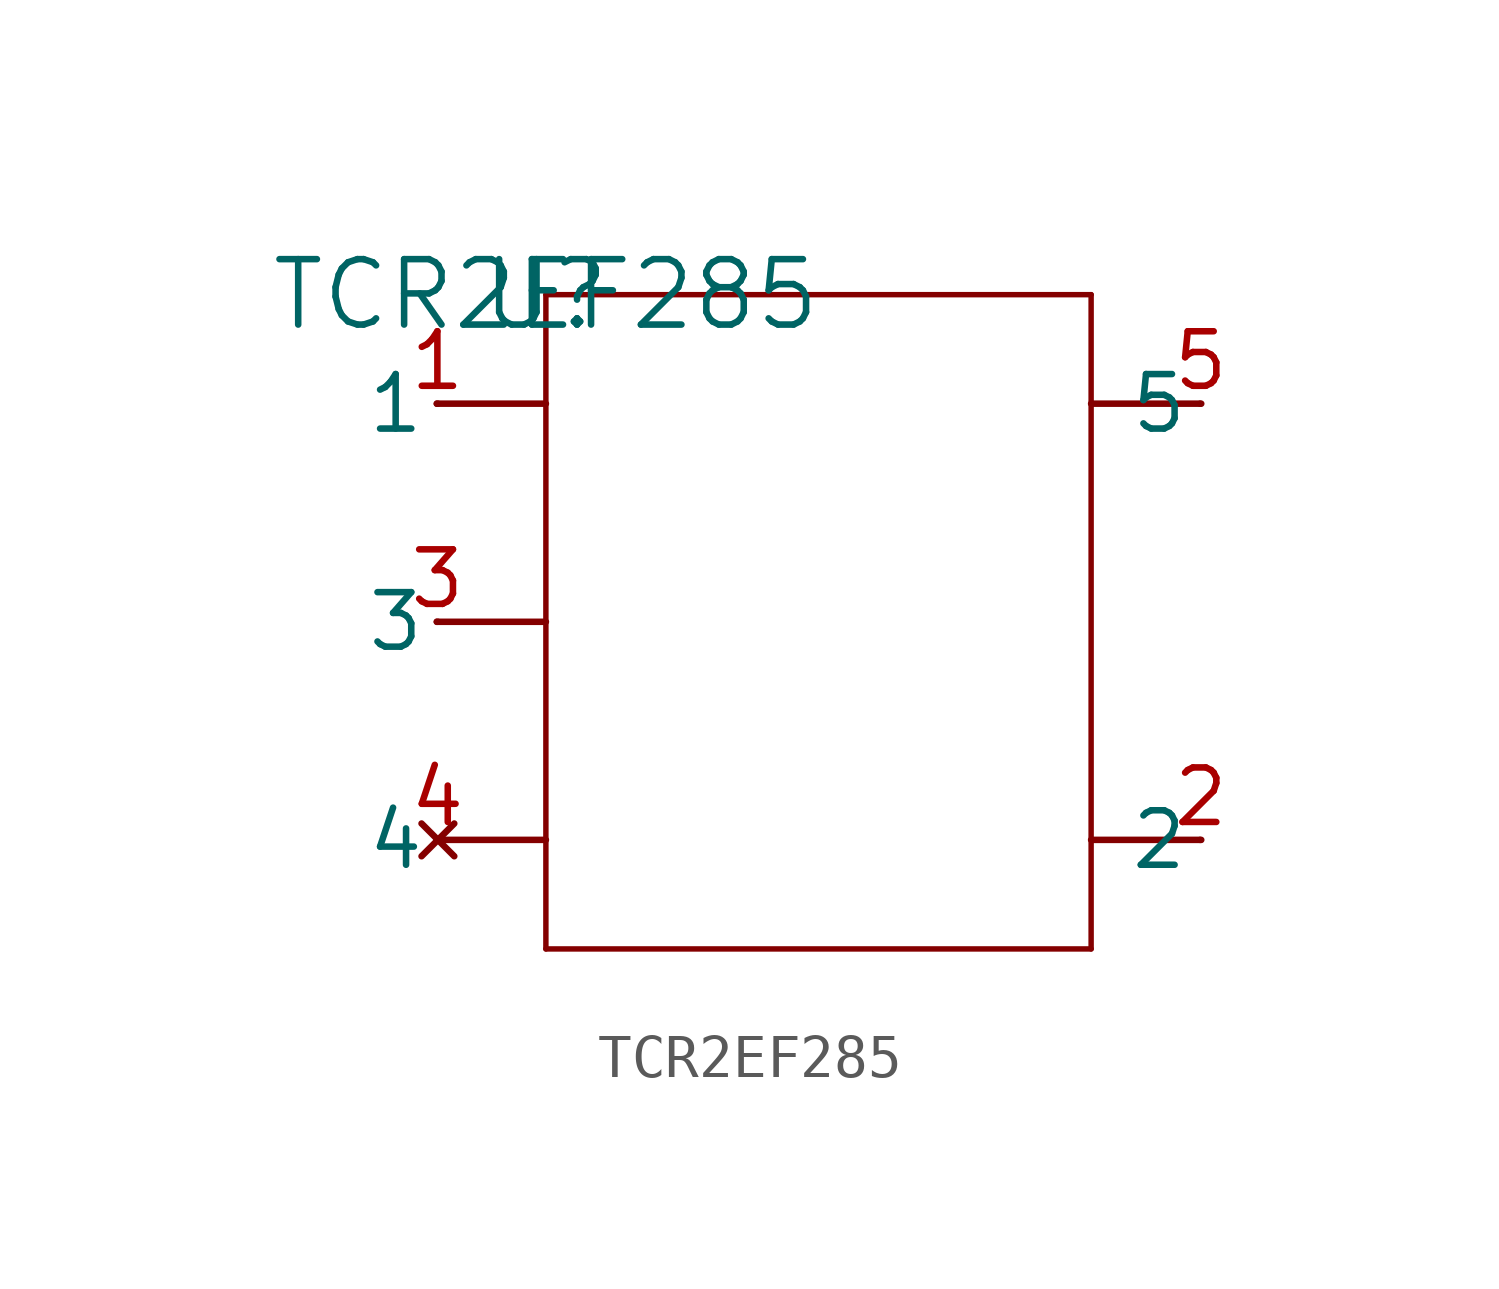
<source format=kicad_sym>
(kicad_symbol_lib
  (version 20211014)
  (generator kicad_symbol_editor)
  (symbol "TCR2EF285"
    (pin_names
      (offset 0.254))
    (property "Reference" "U"
      (at 0 0 0)
      (effects (font (size 1.524 1.524))))
    (property "Value" "TCR2EF285"
      (at 0 0 0)
      (effects (font (size 1.524 1.524))))
    (symbol "TCR2EF285_0_1"
      (polyline (pts (xy 12.7 -15.24) (xy 0 -15.24)) (stroke (width 0.127) (type default) (color 0 0 0 0)) (fill (type none)))
      (polyline (pts (xy -2.54 -2.54) (xy 0 -2.54)) (stroke (width 0) (type default) (color 0 0 0 0)) (fill (type none)))
      (polyline (pts (xy -2.54 -7.62) (xy 0 -7.62)) (stroke (width 0) (type default) (color 0 0 0 0)) (fill (type none)))
      (polyline (pts (xy -2.54 -12.7) (xy 0 -12.7)) (stroke (width 0) (type default) (color 0 0 0 0)) (fill (type none)))
      (polyline (pts (xy 15.24 -2.54) (xy 12.7 -2.54)) (stroke (width 0) (type default) (color 0 0 0 0)) (fill (type none)))
      (polyline (pts (xy 15.24 -12.7) (xy 12.7 -12.7)) (stroke (width 0) (type default) (color 0 0 0 0)) (fill (type none)))
      (polyline (pts (xy 0 -15.24) (xy 0 0)) (stroke (width 0.127) (type default) (color 0 0 0 0)) (fill (type none)))
      (polyline (pts (xy 0 0) (xy 12.7 0)) (stroke (width 0.127) (type default) (color 0 0 0 0)) (fill (type none)))
      (polyline (pts (xy 12.7 0) (xy 12.7 -15.24)) (stroke (width 0.127) (type default) (color 0 0 0 0)) (fill (type none)))
      (pin power_in line (at -2.515 -2.54 180) (length 0.025) (name "1" (effects (font (size 1.27 1.27)))) (number "1" (effects (font (size 1.27 1.27)))))
      (pin power_out line (at 15.265 -12.7 180) (length 0.025) (name "2" (effects (font (size 1.27 1.27)))) (number "2" (effects (font (size 1.27 1.27)))))
      (pin unspecified line (at -2.515 -7.62 180) (length 0.025) (name "3" (effects (font (size 1.27 1.27)))) (number "3" (effects (font (size 1.27 1.27)))))
      (pin no_connect line (at -2.515 -12.7 180) (length 0.025) (name "4" (effects (font (size 1.27 1.27)))) (number "4" (effects (font (size 1.27 1.27)))))
      (pin power_in line (at 15.265 -2.54 180) (length 0.025) (name "5" (effects (font (size 1.27 1.27)))) (number "5" (effects (font (size 1.27 1.27))))))))
</source>
